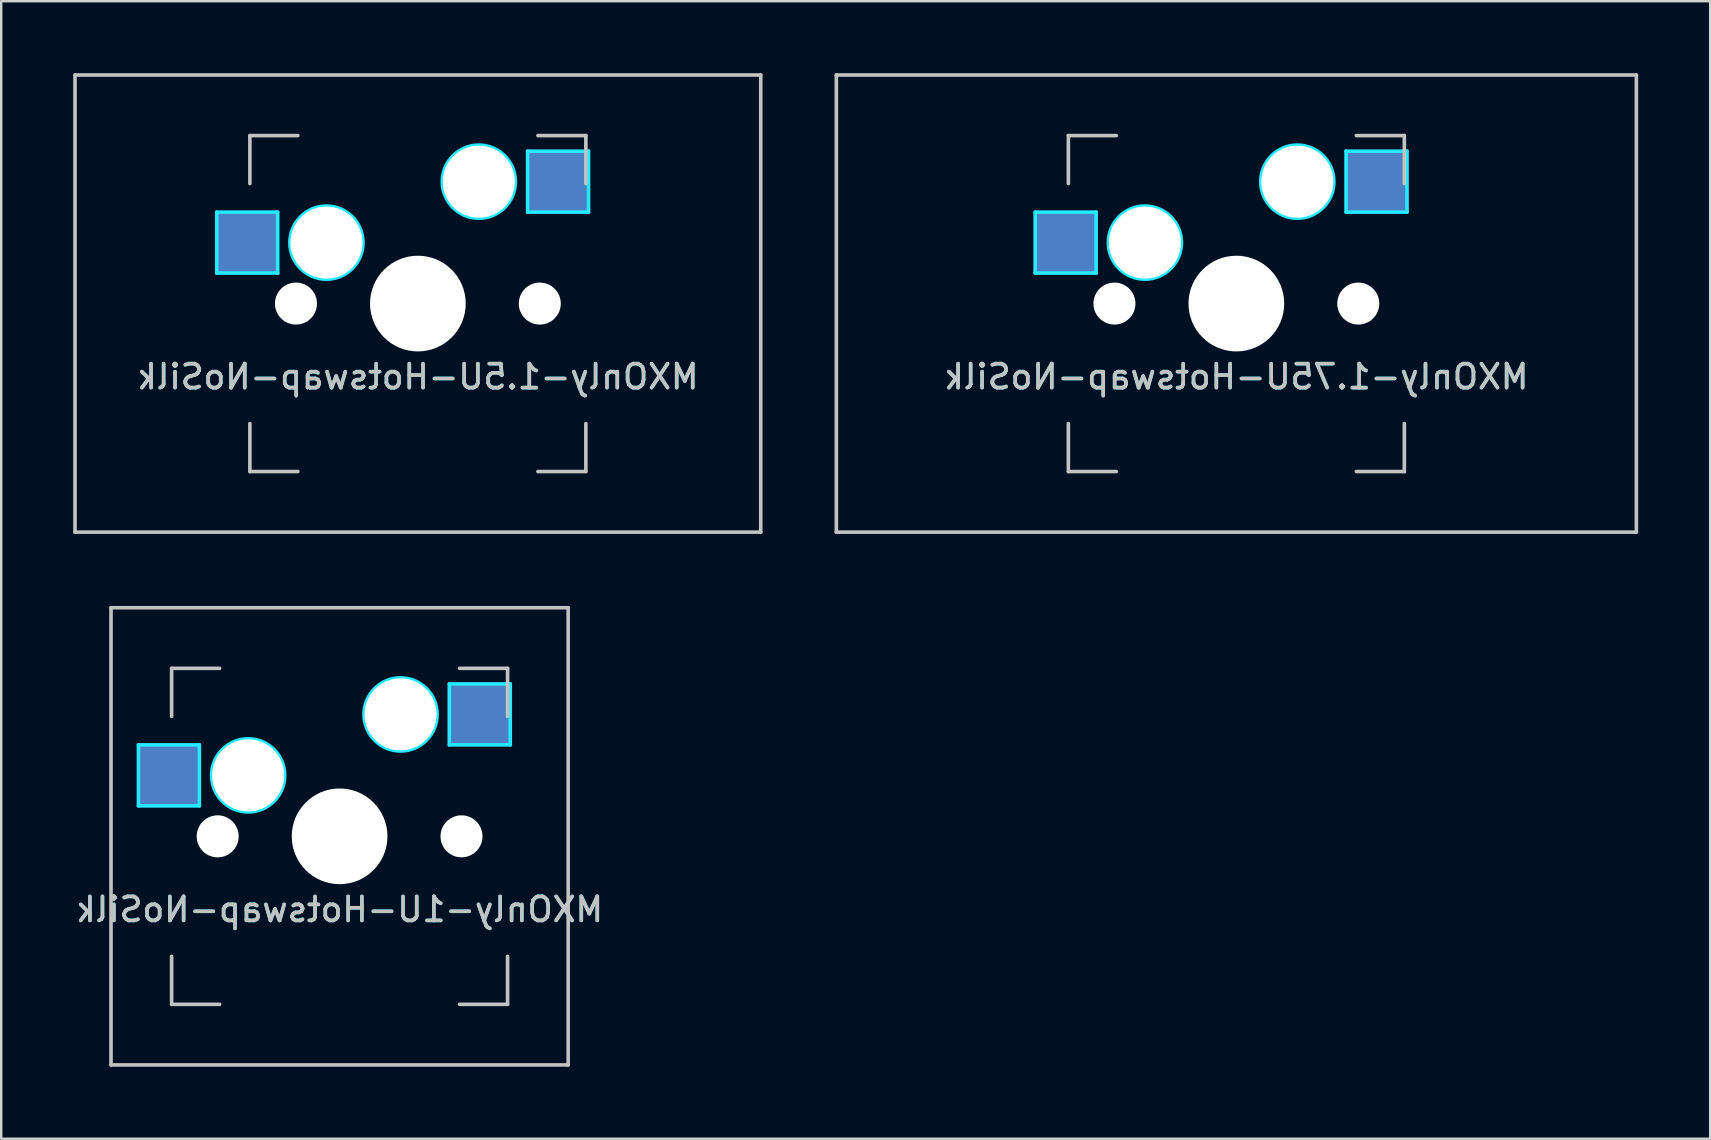
<source format=kicad_pcb>
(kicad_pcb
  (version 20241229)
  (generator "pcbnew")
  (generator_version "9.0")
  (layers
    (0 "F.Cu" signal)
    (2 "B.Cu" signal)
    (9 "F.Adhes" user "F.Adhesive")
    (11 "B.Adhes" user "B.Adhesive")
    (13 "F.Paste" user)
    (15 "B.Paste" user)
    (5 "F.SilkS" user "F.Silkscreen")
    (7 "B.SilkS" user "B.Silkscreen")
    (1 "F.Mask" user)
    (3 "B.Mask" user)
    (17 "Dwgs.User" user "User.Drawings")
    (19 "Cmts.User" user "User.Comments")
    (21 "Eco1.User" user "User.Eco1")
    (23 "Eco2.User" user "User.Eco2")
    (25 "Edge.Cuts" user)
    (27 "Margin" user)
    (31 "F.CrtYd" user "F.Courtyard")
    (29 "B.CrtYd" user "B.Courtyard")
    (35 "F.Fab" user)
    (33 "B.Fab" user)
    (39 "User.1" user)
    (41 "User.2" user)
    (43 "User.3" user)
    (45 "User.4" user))
  (footprint "MXOnly-1.5U-Hotswap-NoSilk"
    (layer "F.Cu")
    (at 14.363 9.6)
    (property "Reference" "MXOnly-1.5U-Hotswap-NoSilk" (at 0 3.048 0) (layer "B.CrtYd") (effects (font (size 1 1) (thickness 0.15)) (justify mirror)))
    (attr smd)
    (fp_line (start -14.287 -9.525) (end 14.287 -9.525) (stroke (width 0.15) (type solid)) (layer "Dwgs.User"))
    (fp_line (start -14.287 9.525) (end -14.287 -9.525) (stroke (width 0.15) (type solid)) (layer "Dwgs.User"))
    (fp_line (start -7 -7) (end -7 -5) (stroke (width 0.15) (type solid)) (layer "Dwgs.User"))
    (fp_line (start -7 5) (end -7 7) (stroke (width 0.15) (type solid)) (layer "Dwgs.User"))
    (fp_line (start -7 7) (end -5 7) (stroke (width 0.15) (type solid)) (layer "Dwgs.User"))
    (fp_line (start -5 -7) (end -7 -7) (stroke (width 0.15) (type solid)) (layer "Dwgs.User"))
    (fp_line (start 5 -7) (end 7 -7) (stroke (width 0.15) (type solid)) (layer "Dwgs.User"))
    (fp_line (start 5 7) (end 7 7) (stroke (width 0.15) (type solid)) (layer "Dwgs.User"))
    (fp_line (start 7 -7) (end 7 -5) (stroke (width 0.15) (type solid)) (layer "Dwgs.User"))
    (fp_line (start 7 7) (end 7 5) (stroke (width 0.15) (type solid)) (layer "Dwgs.User"))
    (fp_line (start 14.287 -9.525) (end 14.287 9.525) (stroke (width 0.15) (type solid)) (layer "Dwgs.User"))
    (fp_line (start 14.287 9.525) (end -14.287 9.525) (stroke (width 0.15) (type solid)) (layer "Dwgs.User"))
    (fp_line (start -8.382 -3.81) (end -5.842 -3.81) (stroke (width 0.15) (type solid)) (layer "B.CrtYd"))
    (fp_line (start -8.382 -1.27) (end -8.382 -3.81) (stroke (width 0.15) (type solid)) (layer "B.CrtYd"))
    (fp_line (start -5.842 -3.81) (end -5.842 -1.27) (stroke (width 0.15) (type solid)) (layer "B.CrtYd"))
    (fp_line (start -5.842 -1.27) (end -8.382 -1.27) (stroke (width 0.15) (type solid)) (layer "B.CrtYd"))
    (fp_line (start 4.572 -6.35) (end 7.112 -6.35) (stroke (width 0.15) (type solid)) (layer "B.CrtYd"))
    (fp_line (start 4.572 -3.81) (end 4.572 -6.35) (stroke (width 0.15) (type solid)) (layer "B.CrtYd"))
    (fp_line (start 7.112 -6.35) (end 7.112 -3.81) (stroke (width 0.15) (type solid)) (layer "B.CrtYd"))
    (fp_line (start 7.112 -3.81) (end 4.572 -3.81) (stroke (width 0.15) (type solid)) (layer "B.CrtYd"))
    (fp_circle (center -3.81 -2.54) (end -3.81 -4.064) (stroke (width 0.15) (type solid)) (fill no) (layer "B.CrtYd"))
    (fp_circle (center 2.54 -5.08) (end 2.54 -6.604) (stroke (width 0.15) (type solid)) (fill no) (layer "B.CrtYd"))
    (fp_text user "${REFERENCE}" (at 0 3.048 0) (layer "Dwgs.User") (effects (font (size 1 1) (thickness 0.15)) (justify mirror)))
    (pad "" np_thru_hole circle (at -5.08 0 48.1) (size 1.75 1.75) (drill 1.75) (layers "*.Cu" "*.Mask"))
    (pad "" np_thru_hole circle (at -3.81 -2.54) (size 3 3) (drill 3) (layers "*.Cu" "*.Mask"))
    (pad "" np_thru_hole circle (at 0 0) (size 3.988 3.988) (drill 3.988) (layers "*.Cu" "*.Mask"))
    (pad "" np_thru_hole circle (at 2.54 -5.08) (size 3 3) (drill 3) (layers "*.Cu" "*.Mask"))
    (pad "" np_thru_hole circle (at 5.08 0 48.1) (size 1.75 1.75) (drill 1.75) (layers "*.Cu" "*.Mask"))
    (pad "1" smd rect (at -7.085 -2.54) (size 2.55 2.5) (layers "B.Cu" "B.Mask" "B.Paste"))
    (pad "2" smd rect (at 5.842 -5.08) (size 2.55 2.5) (layers "B.Cu" "B.Mask" "B.Paste")))
  (footprint "MXOnly-1U-Hotswap-NoSilk"
    (layer "F.Cu")
    (at 11.101 31.8)
    (property "Reference" "MXOnly-1U-Hotswap-NoSilk" (at 0 3.048 0) (layer "B.CrtYd") (effects (font (size 1 1) (thickness 0.15)) (justify mirror)))
    (attr smd)
    (fp_line (start -9.525 -9.525) (end 9.525 -9.525) (stroke (width 0.15) (type solid)) (layer "Dwgs.User"))
    (fp_line (start -9.525 9.525) (end -9.525 -9.525) (stroke (width 0.15) (type solid)) (layer "Dwgs.User"))
    (fp_line (start -7 -7) (end -7 -5) (stroke (width 0.15) (type solid)) (layer "Dwgs.User"))
    (fp_line (start -7 5) (end -7 7) (stroke (width 0.15) (type solid)) (layer "Dwgs.User"))
    (fp_line (start -7 7) (end -5 7) (stroke (width 0.15) (type solid)) (layer "Dwgs.User"))
    (fp_line (start -5 -7) (end -7 -7) (stroke (width 0.15) (type solid)) (layer "Dwgs.User"))
    (fp_line (start 5 -7) (end 7 -7) (stroke (width 0.15) (type solid)) (layer "Dwgs.User"))
    (fp_line (start 5 7) (end 7 7) (stroke (width 0.15) (type solid)) (layer "Dwgs.User"))
    (fp_line (start 7 -7) (end 7 -5) (stroke (width 0.15) (type solid)) (layer "Dwgs.User"))
    (fp_line (start 7 7) (end 7 5) (stroke (width 0.15) (type solid)) (layer "Dwgs.User"))
    (fp_line (start 9.525 -9.525) (end 9.525 9.525) (stroke (width 0.15) (type solid)) (layer "Dwgs.User"))
    (fp_line (start 9.525 9.525) (end -9.525 9.525) (stroke (width 0.15) (type solid)) (layer "Dwgs.User"))
    (fp_line (start -8.382 -3.81) (end -8.382 -1.27) (stroke (width 0.15) (type solid)) (layer "B.CrtYd"))
    (fp_line (start -8.382 -1.27) (end -5.842 -1.27) (stroke (width 0.15) (type solid)) (layer "B.CrtYd"))
    (fp_line (start -5.842 -3.81) (end -8.382 -3.81) (stroke (width 0.15) (type solid)) (layer "B.CrtYd"))
    (fp_line (start -5.842 -1.27) (end -5.842 -3.81) (stroke (width 0.15) (type solid)) (layer "B.CrtYd"))
    (fp_line (start 4.572 -6.35) (end 7.112 -6.35) (stroke (width 0.15) (type solid)) (layer "B.CrtYd"))
    (fp_line (start 4.572 -3.81) (end 4.572 -6.35) (stroke (width 0.15) (type solid)) (layer "B.CrtYd"))
    (fp_line (start 7.112 -6.35) (end 7.112 -3.81) (stroke (width 0.15) (type solid)) (layer "B.CrtYd"))
    (fp_line (start 7.112 -3.81) (end 4.572 -3.81) (stroke (width 0.15) (type solid)) (layer "B.CrtYd"))
    (fp_circle (center -3.81 -2.54) (end -3.81 -4.064) (stroke (width 0.15) (type solid)) (fill no) (layer "B.CrtYd"))
    (fp_circle (center 2.54 -5.08) (end 2.54 -6.604) (stroke (width 0.15) (type solid)) (fill no) (layer "B.CrtYd"))
    (fp_text user "${REFERENCE}" (at 0 3.048 0) (layer "Dwgs.User") (effects (font (size 1 1) (thickness 0.15)) (justify mirror)))
    (pad "" np_thru_hole circle (at -5.08 0 48.1) (size 1.75 1.75) (drill 1.75) (layers "*.Cu" "*.Mask"))
    (pad "" np_thru_hole circle (at -3.81 -2.54) (size 3 3) (drill 3) (layers "*.Cu" "*.Mask"))
    (pad "" np_thru_hole circle (at 0 0) (size 3.988 3.988) (drill 3.988) (layers "*.Cu" "*.Mask"))
    (pad "" np_thru_hole circle (at 2.54 -5.08) (size 3 3) (drill 3) (layers "*.Cu" "*.Mask"))
    (pad "" np_thru_hole circle (at 5.08 0 48.1) (size 1.75 1.75) (drill 1.75) (layers "*.Cu" "*.Mask"))
    (pad "1" smd rect (at -7.085 -2.54) (size 2.55 2.5) (layers "B.Cu" "B.Mask" "B.Paste"))
    (pad "2" smd rect (at 5.842 -5.08) (size 2.55 2.5) (layers "B.Cu" "B.Mask" "B.Paste")))
  (footprint "MXOnly-1.75U-Hotswap-NoSilk"
    (layer "F.Cu")
    (at 48.469 9.6)
    (property "Reference" "MXOnly-1.75U-Hotswap-NoSilk" (at 0 3.048 0) (layer "B.CrtYd") (effects (font (size 1 1) (thickness 0.15)) (justify mirror)))
    (attr smd)
    (fp_line (start -16.669 -9.525) (end 16.669 -9.525) (stroke (width 0.15) (type solid)) (layer "Dwgs.User"))
    (fp_line (start -16.669 9.525) (end -16.669 -9.525) (stroke (width 0.15) (type solid)) (layer "Dwgs.User"))
    (fp_line (start -7 -7) (end -7 -5) (stroke (width 0.15) (type solid)) (layer "Dwgs.User"))
    (fp_line (start -7 5) (end -7 7) (stroke (width 0.15) (type solid)) (layer "Dwgs.User"))
    (fp_line (start -7 7) (end -5 7) (stroke (width 0.15) (type solid)) (layer "Dwgs.User"))
    (fp_line (start -5 -7) (end -7 -7) (stroke (width 0.15) (type solid)) (layer "Dwgs.User"))
    (fp_line (start 5 -7) (end 7 -7) (stroke (width 0.15) (type solid)) (layer "Dwgs.User"))
    (fp_line (start 5 7) (end 7 7) (stroke (width 0.15) (type solid)) (layer "Dwgs.User"))
    (fp_line (start 7 -7) (end 7 -5) (stroke (width 0.15) (type solid)) (layer "Dwgs.User"))
    (fp_line (start 7 7) (end 7 5) (stroke (width 0.15) (type solid)) (layer "Dwgs.User"))
    (fp_line (start 16.669 -9.525) (end 16.669 9.525) (stroke (width 0.15) (type solid)) (layer "Dwgs.User"))
    (fp_line (start 16.669 9.525) (end -16.669 9.525) (stroke (width 0.15) (type solid)) (layer "Dwgs.User"))
    (fp_line (start -8.382 -3.81) (end -5.842 -3.81) (stroke (width 0.15) (type solid)) (layer "B.CrtYd"))
    (fp_line (start -8.382 -1.27) (end -8.382 -3.81) (stroke (width 0.15) (type solid)) (layer "B.CrtYd"))
    (fp_line (start -5.842 -3.81) (end -5.842 -1.27) (stroke (width 0.15) (type solid)) (layer "B.CrtYd"))
    (fp_line (start -5.842 -1.27) (end -8.382 -1.27) (stroke (width 0.15) (type solid)) (layer "B.CrtYd"))
    (fp_line (start 4.572 -6.35) (end 7.112 -6.35) (stroke (width 0.15) (type solid)) (layer "B.CrtYd"))
    (fp_line (start 4.572 -3.81) (end 4.572 -6.35) (stroke (width 0.15) (type solid)) (layer "B.CrtYd"))
    (fp_line (start 7.112 -6.35) (end 7.112 -3.81) (stroke (width 0.15) (type solid)) (layer "B.CrtYd"))
    (fp_line (start 7.112 -3.81) (end 4.572 -3.81) (stroke (width 0.15) (type solid)) (layer "B.CrtYd"))
    (fp_circle (center -3.81 -2.54) (end -3.81 -4.064) (stroke (width 0.15) (type solid)) (fill no) (layer "B.CrtYd"))
    (fp_circle (center 2.54 -5.08) (end 2.54 -6.604) (stroke (width 0.15) (type solid)) (fill no) (layer "B.CrtYd"))
    (fp_text user "${REFERENCE}" (at 0 3.048 0) (layer "Dwgs.User") (effects (font (size 1 1) (thickness 0.15)) (justify mirror)))
    (pad "" np_thru_hole circle (at -5.08 0 48.1) (size 1.75 1.75) (drill 1.75) (layers "*.Cu" "*.Mask"))
    (pad "" np_thru_hole circle (at -3.81 -2.54) (size 3 3) (drill 3) (layers "*.Cu" "*.Mask"))
    (pad "" np_thru_hole circle (at 0 0) (size 3.988 3.988) (drill 3.988) (layers "*.Cu" "*.Mask"))
    (pad "" np_thru_hole circle (at 2.54 -5.08) (size 3 3) (drill 3) (layers "*.Cu" "*.Mask"))
    (pad "" np_thru_hole circle (at 5.08 0 48.1) (size 1.75 1.75) (drill 1.75) (layers "*.Cu" "*.Mask"))
    (pad "1" smd rect (at -7.085 -2.54) (size 2.55 2.5) (layers "B.Cu" "B.Mask" "B.Paste"))
    (pad "2" smd rect (at 5.842 -5.08) (size 2.55 2.5) (layers "B.Cu" "B.Mask" "B.Paste")))
  (gr_rect
    (start -3 -3)
    (end 68.213 44.4)
    (stroke (width 0.1) (type default))
    (fill no)
    (layer "Edge.Cuts")))
</source>
